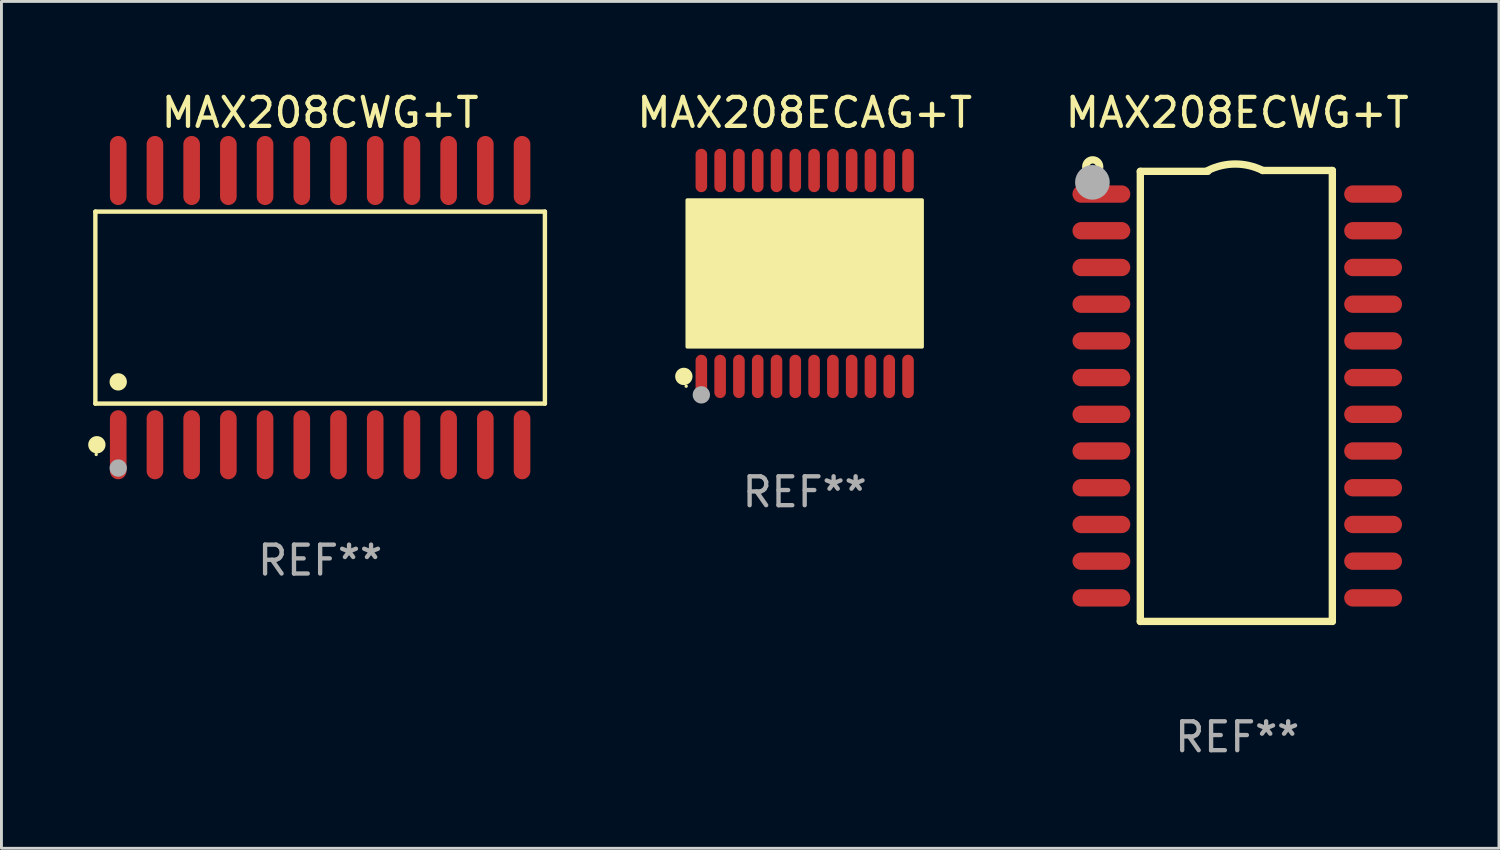
<source format=kicad_pcb>
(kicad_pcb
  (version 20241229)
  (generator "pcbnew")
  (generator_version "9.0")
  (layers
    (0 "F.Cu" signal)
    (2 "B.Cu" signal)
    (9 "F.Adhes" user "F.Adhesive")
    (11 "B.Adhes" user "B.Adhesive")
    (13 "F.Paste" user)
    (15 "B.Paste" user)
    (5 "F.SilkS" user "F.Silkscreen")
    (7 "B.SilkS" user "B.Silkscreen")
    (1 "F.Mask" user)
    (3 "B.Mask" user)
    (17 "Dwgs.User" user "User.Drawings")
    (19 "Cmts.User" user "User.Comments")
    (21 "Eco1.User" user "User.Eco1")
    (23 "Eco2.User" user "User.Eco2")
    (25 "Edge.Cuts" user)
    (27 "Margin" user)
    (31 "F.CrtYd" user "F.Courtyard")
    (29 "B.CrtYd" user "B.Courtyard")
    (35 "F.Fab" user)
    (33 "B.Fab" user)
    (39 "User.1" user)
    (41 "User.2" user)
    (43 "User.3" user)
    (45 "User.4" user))
  (footprint "MAX208ECAG+T"
    (layer "F.Cu")
    (at 24.788 6.41)
    (property "Reference" "MAX208ECAG+T" (at 0 -5.562 0) (layer "F.SilkS") (effects (font (size 1 1) (thickness 0.15))))
    (attr through_hole)
    (fp_circle (center -4.181 3.562) (end -4.031 3.562) (stroke (width 0.3) (type solid)) (fill no) (layer "F.SilkS"))
    (fp_circle (center -4.1 3.9) (end -4.07 3.9) (stroke (width 0.06) (type solid)) (fill no) (layer "F.SilkS"))
    (fp_circle (center -3.575 1.819) (end -3.425 1.819) (stroke (width 0.3) (type solid)) (fill no) (layer "F.SilkS"))
    (fp_poly (pts (xy -4.064 -2.54) (xy 4.064 -2.54) (xy 4.064 2.54) (xy -4.064 2.54)) (stroke (width 0.12) (type solid)) (fill yes) (layer "F.SilkS"))
    (fp_circle (center -3.575 4.2) (end -3.425 4.2) (stroke (width 0.3) (type solid)) (fill no) (layer "F.Fab"))
    (fp_text user "REF**" (at 0 7.562 0) (layer "F.Fab") (effects (font (size 1 1) (thickness 0.15))))
    (pad "1" smd oval (at -3.575 3.562) (size 0.4 1.5) (layers "F.Cu" "F.Mask" "F.Paste"))
    (pad "2" smd oval (at -2.925 3.562) (size 0.4 1.5) (layers "F.Cu" "F.Mask" "F.Paste"))
    (pad "3" smd oval (at -2.275 3.562) (size 0.4 1.5) (layers "F.Cu" "F.Mask" "F.Paste"))
    (pad "4" smd oval (at -1.625 3.562) (size 0.4 1.5) (layers "F.Cu" "F.Mask" "F.Paste"))
    (pad "5" smd oval (at -0.975 3.562) (size 0.4 1.5) (layers "F.Cu" "F.Mask" "F.Paste"))
    (pad "6" smd oval (at -0.325 3.562) (size 0.4 1.5) (layers "F.Cu" "F.Mask" "F.Paste"))
    (pad "7" smd oval (at 0.325 3.562) (size 0.4 1.5) (layers "F.Cu" "F.Mask" "F.Paste"))
    (pad "8" smd oval (at 0.975 3.562) (size 0.4 1.5) (layers "F.Cu" "F.Mask" "F.Paste"))
    (pad "9" smd oval (at 1.625 3.562) (size 0.4 1.5) (layers "F.Cu" "F.Mask" "F.Paste"))
    (pad "10" smd oval (at 2.275 3.562) (size 0.4 1.5) (layers "F.Cu" "F.Mask" "F.Paste"))
    (pad "11" smd oval (at 2.925 3.562) (size 0.4 1.5) (layers "F.Cu" "F.Mask" "F.Paste"))
    (pad "12" smd oval (at 3.575 3.562) (size 0.4 1.5) (layers "F.Cu" "F.Mask" "F.Paste"))
    (pad "13" smd oval (at 3.575 -3.562) (size 0.4 1.5) (layers "F.Cu" "F.Mask" "F.Paste"))
    (pad "14" smd oval (at 2.925 -3.562) (size 0.4 1.5) (layers "F.Cu" "F.Mask" "F.Paste"))
    (pad "15" smd oval (at 2.275 -3.562) (size 0.4 1.5) (layers "F.Cu" "F.Mask" "F.Paste"))
    (pad "16" smd oval (at 1.625 -3.562) (size 0.4 1.5) (layers "F.Cu" "F.Mask" "F.Paste"))
    (pad "17" smd oval (at 0.975 -3.562) (size 0.4 1.5) (layers "F.Cu" "F.Mask" "F.Paste"))
    (pad "18" smd oval (at 0.325 -3.562) (size 0.4 1.5) (layers "F.Cu" "F.Mask" "F.Paste"))
    (pad "19" smd oval (at -0.325 -3.562) (size 0.4 1.5) (layers "F.Cu" "F.Mask" "F.Paste"))
    (pad "20" smd oval (at -0.975 -3.562) (size 0.4 1.5) (layers "F.Cu" "F.Mask" "F.Paste"))
    (pad "21" smd oval (at -1.625 -3.562) (size 0.4 1.5) (layers "F.Cu" "F.Mask" "F.Paste"))
    (pad "22" smd oval (at -2.275 -3.562) (size 0.4 1.5) (layers "F.Cu" "F.Mask" "F.Paste"))
    (pad "23" smd oval (at -2.925 -3.562) (size 0.4 1.5) (layers "F.Cu" "F.Mask" "F.Paste"))
    (pad "24" smd oval (at -3.575 -3.562) (size 0.4 1.5) (layers "F.Cu" "F.Mask" "F.Paste")))
  (footprint "MAX208ECWG+T"
    (layer "F.Cu")
    (at 39.752 10.648)
    (property "Reference" "MAX208ECWG+T" (at 0 -9.8 0) (layer "F.SilkS") (effects (font (size 1 1) (thickness 0.15))))
    (attr through_hole)
    (fp_line (start -3.353 -7.77) (end -1.016 -7.77) (stroke (width 0.254) (type solid)) (layer "F.SilkS"))
    (fp_line (start -3.353 7.8) (end -3.353 -7.77) (stroke (width 0.254) (type solid)) (layer "F.SilkS"))
    (fp_line (start 0.881 -7.8) (end 3.29 -7.8) (stroke (width 0.254) (type solid)) (layer "F.SilkS"))
    (fp_line (start 3.29 -7.8) (end 3.29 7.8) (stroke (width 0.254) (type solid)) (layer "F.SilkS"))
    (fp_line (start 3.29 7.8) (end -3.353 7.8) (stroke (width 0.254) (type solid)) (layer "F.SilkS"))
    (fp_arc (start -1.015951 -7.800025) (mid -0.067691 -8.023879) (end 0.880569 -7.800025) (stroke (width 0.254001) (type solid)) (layer "F.SilkS"))
    (fp_circle (center -5 -7.927) (end -4.886 -7.927) (stroke (width 0.254) (type solid)) (fill no) (layer "F.SilkS"))
    (fp_circle (center -5.01 -7.39) (end -4.71 -7.39) (stroke (width 0.6) (type solid)) (fill no) (layer "F.Fab"))
    (fp_text user "REF**" (at 0 11.8 0) (layer "F.Fab") (effects (font (size 1 1) (thickness 0.15))))
    (pad "1" smd oval (at -4.7 -6.985 270) (size 0.6 2) (layers "F.Cu" "F.Mask" "F.Paste"))
    (pad "2" smd oval (at -4.7 -5.715 270) (size 0.6 2) (layers "F.Cu" "F.Mask" "F.Paste"))
    (pad "3" smd oval (at -4.7 -4.445 270) (size 0.6 2) (layers "F.Cu" "F.Mask" "F.Paste"))
    (pad "4" smd oval (at -4.7 -3.175 270) (size 0.6 2) (layers "F.Cu" "F.Mask" "F.Paste"))
    (pad "5" smd oval (at -4.7 -1.905 270) (size 0.6 2) (layers "F.Cu" "F.Mask" "F.Paste"))
    (pad "6" smd oval (at -4.7 -0.635 270) (size 0.6 2) (layers "F.Cu" "F.Mask" "F.Paste"))
    (pad "7" smd oval (at -4.7 0.635 270) (size 0.6 2) (layers "F.Cu" "F.Mask" "F.Paste"))
    (pad "8" smd oval (at -4.7 1.905 270) (size 0.6 2) (layers "F.Cu" "F.Mask" "F.Paste"))
    (pad "9" smd oval (at -4.7 3.175 270) (size 0.6 2) (layers "F.Cu" "F.Mask" "F.Paste"))
    (pad "10" smd oval (at -4.7 4.445 270) (size 0.6 2) (layers "F.Cu" "F.Mask" "F.Paste"))
    (pad "11" smd oval (at -4.7 5.715 270) (size 0.6 2) (layers "F.Cu" "F.Mask" "F.Paste"))
    (pad "12" smd oval (at -4.7 6.985 270) (size 0.6 2) (layers "F.Cu" "F.Mask" "F.Paste"))
    (pad "13" smd oval (at 4.7 6.985 270) (size 0.6 2) (layers "F.Cu" "F.Mask" "F.Paste"))
    (pad "14" smd oval (at 4.7 5.715 270) (size 0.6 2) (layers "F.Cu" "F.Mask" "F.Paste"))
    (pad "15" smd oval (at 4.7 4.445 270) (size 0.6 2) (layers "F.Cu" "F.Mask" "F.Paste"))
    (pad "16" smd oval (at 4.7 3.175 270) (size 0.6 2) (layers "F.Cu" "F.Mask" "F.Paste"))
    (pad "17" smd oval (at 4.7 1.905 270) (size 0.6 2) (layers "F.Cu" "F.Mask" "F.Paste"))
    (pad "18" smd oval (at 4.7 0.635 270) (size 0.6 2) (layers "F.Cu" "F.Mask" "F.Paste"))
    (pad "19" smd oval (at 4.7 -0.635 270) (size 0.6 2) (layers "F.Cu" "F.Mask" "F.Paste"))
    (pad "20" smd oval (at 4.7 -1.905 270) (size 0.6 2) (layers "F.Cu" "F.Mask" "F.Paste"))
    (pad "21" smd oval (at 4.7 -3.175 270) (size 0.6 2) (layers "F.Cu" "F.Mask" "F.Paste"))
    (pad "22" smd oval (at 4.7 -4.445 270) (size 0.6 2) (layers "F.Cu" "F.Mask" "F.Paste"))
    (pad "23" smd oval (at 4.7 -5.715 270) (size 0.6 2) (layers "F.Cu" "F.Mask" "F.Paste"))
    (pad "24" smd oval (at 4.7 -6.985 270) (size 0.6 2) (layers "F.Cu" "F.Mask" "F.Paste")))
  (footprint "MAX208CWG+T"
    (layer "F.Cu")
    (at 8.025 7.592)
    (property "Reference" "MAX208CWG+T" (at 0 -6.744 0) (layer "F.SilkS") (effects (font (size 1 1) (thickness 0.15))))
    (attr through_hole)
    (fp_line (start -7.776 -3.321) (end 7.776 -3.321) (stroke (width 0.152) (type solid)) (layer "F.SilkS"))
    (fp_line (start -7.776 3.321) (end -7.776 -3.321) (stroke (width 0.152) (type solid)) (layer "F.SilkS"))
    (fp_line (start 7.776 -3.321) (end 7.776 3.321) (stroke (width 0.152) (type solid)) (layer "F.SilkS"))
    (fp_line (start 7.776 3.321) (end -7.776 3.321) (stroke (width 0.152) (type solid)) (layer "F.SilkS"))
    (fp_circle (center -7.747 5.08) (end -7.717 5.08) (stroke (width 0.06) (type solid)) (fill no) (layer "F.SilkS"))
    (fp_circle (center -7.724 4.744) (end -7.574 4.744) (stroke (width 0.3) (type solid)) (fill no) (layer "F.SilkS"))
    (fp_circle (center -6.985 2.569) (end -6.835 2.569) (stroke (width 0.3) (type solid)) (fill no) (layer "F.SilkS"))
    (fp_circle (center -6.985 5.55) (end -6.835 5.55) (stroke (width 0.3) (type solid)) (fill no) (layer "F.Fab"))
    (fp_text user "REF**" (at 0 8.744 0) (layer "F.Fab") (effects (font (size 1 1) (thickness 0.15))))
    (pad "1" smd oval (at -6.985 4.744) (size 0.574 2.388) (layers "F.Cu" "F.Mask" "F.Paste"))
    (pad "2" smd oval (at -5.715 4.744) (size 0.574 2.388) (layers "F.Cu" "F.Mask" "F.Paste"))
    (pad "3" smd oval (at -4.445 4.744) (size 0.574 2.388) (layers "F.Cu" "F.Mask" "F.Paste"))
    (pad "4" smd oval (at -3.175 4.744) (size 0.574 2.388) (layers "F.Cu" "F.Mask" "F.Paste"))
    (pad "5" smd oval (at -1.905 4.744) (size 0.574 2.388) (layers "F.Cu" "F.Mask" "F.Paste"))
    (pad "6" smd oval (at -0.635 4.744) (size 0.574 2.388) (layers "F.Cu" "F.Mask" "F.Paste"))
    (pad "7" smd oval (at 0.635 4.744) (size 0.574 2.388) (layers "F.Cu" "F.Mask" "F.Paste"))
    (pad "8" smd oval (at 1.905 4.744) (size 0.574 2.388) (layers "F.Cu" "F.Mask" "F.Paste"))
    (pad "9" smd oval (at 3.175 4.744) (size 0.574 2.388) (layers "F.Cu" "F.Mask" "F.Paste"))
    (pad "10" smd oval (at 4.445 4.744) (size 0.574 2.388) (layers "F.Cu" "F.Mask" "F.Paste"))
    (pad "11" smd oval (at 5.715 4.744) (size 0.574 2.388) (layers "F.Cu" "F.Mask" "F.Paste"))
    (pad "12" smd oval (at 6.985 4.744) (size 0.574 2.388) (layers "F.Cu" "F.Mask" "F.Paste"))
    (pad "13" smd oval (at 6.985 -4.744) (size 0.574 2.388) (layers "F.Cu" "F.Mask" "F.Paste"))
    (pad "14" smd oval (at 5.715 -4.744) (size 0.574 2.388) (layers "F.Cu" "F.Mask" "F.Paste"))
    (pad "15" smd oval (at 4.445 -4.744) (size 0.574 2.388) (layers "F.Cu" "F.Mask" "F.Paste"))
    (pad "16" smd oval (at 3.175 -4.744) (size 0.574 2.388) (layers "F.Cu" "F.Mask" "F.Paste"))
    (pad "17" smd oval (at 1.905 -4.744) (size 0.574 2.388) (layers "F.Cu" "F.Mask" "F.Paste"))
    (pad "18" smd oval (at 0.635 -4.744) (size 0.574 2.388) (layers "F.Cu" "F.Mask" "F.Paste"))
    (pad "19" smd oval (at -0.635 -4.744) (size 0.574 2.388) (layers "F.Cu" "F.Mask" "F.Paste"))
    (pad "20" smd oval (at -1.905 -4.744) (size 0.574 2.388) (layers "F.Cu" "F.Mask" "F.Paste"))
    (pad "21" smd oval (at -3.175 -4.744) (size 0.574 2.388) (layers "F.Cu" "F.Mask" "F.Paste"))
    (pad "22" smd oval (at -4.445 -4.744) (size 0.574 2.388) (layers "F.Cu" "F.Mask" "F.Paste"))
    (pad "23" smd oval (at -5.715 -4.744) (size 0.574 2.388) (layers "F.Cu" "F.Mask" "F.Paste"))
    (pad "24" smd oval (at -6.985 -4.744) (size 0.574 2.388) (layers "F.Cu" "F.Mask" "F.Paste")))
  (gr_rect
    (start -3 -3)
    (end 48.806 26.297)
    (stroke (width 0.1) (type default))
    (fill no)
    (layer "Edge.Cuts")))
</source>
